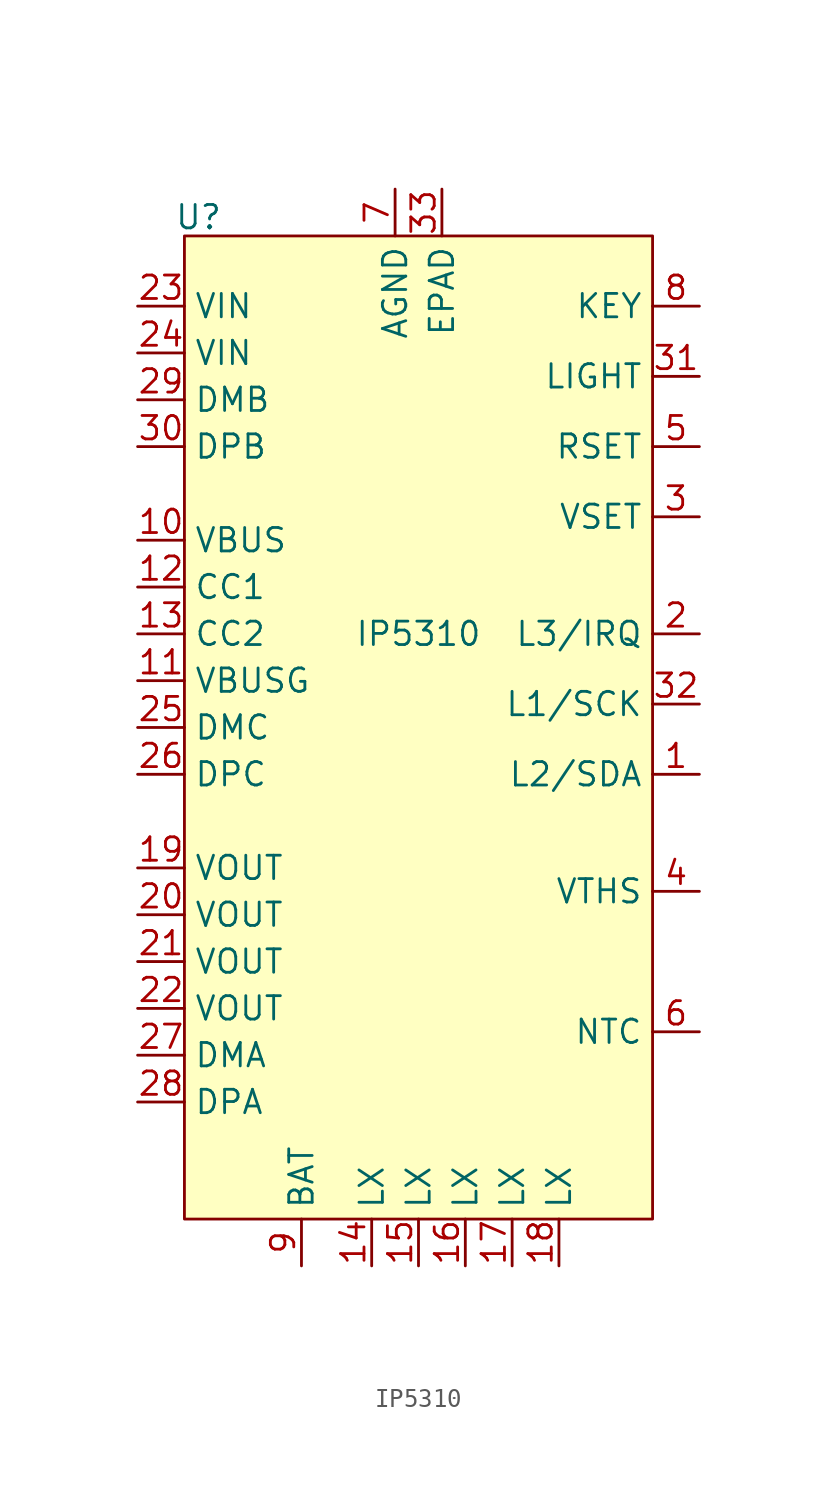
<source format=kicad_sym>
(kicad_symbol_lib
  (version 20231120)
  (generator "kicad_symbol_editor")
  (generator_version "8.0")
  (symbol "IP5310"
    (property "Reference" "U"
      (at -11.938 22.606 0)
      (effects (font (size 1.27 1.27))))
    (property "Value" "IP5310"
      (at 0 0 0)
      (effects (font (size 1.27 1.27))))
    (symbol "IP5310_0_1"
      (rectangle (start -12.7 21.59) (end 12.7 -31.75) (stroke (width 0) (type default)) (fill (type background))))
    (symbol "IP5310_1_1"
      (pin bidirectional line (at 15.24 -7.62 180) (length 2.54) (name "L2/SDA" (effects (font (size 1.27 1.27)))) (number "1" (effects (font (size 1.27 1.27)))))
      (pin power_in line (at -15.24 5.08 0) (length 2.54) (name "VBUS" (effects (font (size 1.27 1.27)))) (number "10" (effects (font (size 1.27 1.27)))))
      (pin output line (at -15.24 -2.54 0) (length 2.54) (name "VBUSG" (effects (font (size 1.27 1.27)))) (number "11" (effects (font (size 1.27 1.27)))))
      (pin bidirectional line (at -15.24 2.54 0) (length 2.54) (name "CC1" (effects (font (size 1.27 1.27)))) (number "12" (effects (font (size 1.27 1.27)))))
      (pin bidirectional line (at -15.24 0 0) (length 2.54) (name "CC2" (effects (font (size 1.27 1.27)))) (number "13" (effects (font (size 1.27 1.27)))))
      (pin passive line (at -2.54 -34.29 90) (length 2.54) (name "LX" (effects (font (size 1.27 1.27)))) (number "14" (effects (font (size 1.27 1.27)))))
      (pin passive line (at 0 -34.29 90) (length 2.54) (name "LX" (effects (font (size 1.27 1.27)))) (number "15" (effects (font (size 1.27 1.27)))))
      (pin passive line (at 2.54 -34.29 90) (length 2.54) (name "LX" (effects (font (size 1.27 1.27)))) (number "16" (effects (font (size 1.27 1.27)))))
      (pin passive line (at 5.08 -34.29 90) (length 2.54) (name "LX" (effects (font (size 1.27 1.27)))) (number "17" (effects (font (size 1.27 1.27)))))
      (pin passive line (at 7.62 -34.29 90) (length 2.54) (name "LX" (effects (font (size 1.27 1.27)))) (number "18" (effects (font (size 1.27 1.27)))))
      (pin power_out line (at -15.24 -12.7 0) (length 2.54) (name "VOUT" (effects (font (size 1.27 1.27)))) (number "19" (effects (font (size 1.27 1.27)))))
      (pin output line (at 15.24 0 180) (length 2.54) (name "L3/IRQ" (effects (font (size 1.27 1.27)))) (number "2" (effects (font (size 1.27 1.27)))))
      (pin power_out line (at -15.24 -15.24 0) (length 2.54) (name "VOUT" (effects (font (size 1.27 1.27)))) (number "20" (effects (font (size 1.27 1.27)))))
      (pin power_out line (at -15.24 -17.78 0) (length 2.54) (name "VOUT" (effects (font (size 1.27 1.27)))) (number "21" (effects (font (size 1.27 1.27)))))
      (pin power_out line (at -15.24 -20.32 0) (length 2.54) (name "VOUT" (effects (font (size 1.27 1.27)))) (number "22" (effects (font (size 1.27 1.27)))))
      (pin power_in line (at -15.24 17.78 0) (length 2.54) (name "VIN" (effects (font (size 1.27 1.27)))) (number "23" (effects (font (size 1.27 1.27)))))
      (pin power_in line (at -15.24 15.24 0) (length 2.54) (name "VIN" (effects (font (size 1.27 1.27)))) (number "24" (effects (font (size 1.27 1.27)))))
      (pin output line (at -15.24 -5.08 0) (length 2.54) (name "DMC" (effects (font (size 1.27 1.27)))) (number "25" (effects (font (size 1.27 1.27)))))
      (pin output line (at -15.24 -7.62 0) (length 2.54) (name "DPC" (effects (font (size 1.27 1.27)))) (number "26" (effects (font (size 1.27 1.27)))))
      (pin output line (at -15.24 -22.86 0) (length 2.54) (name "DMA" (effects (font (size 1.27 1.27)))) (number "27" (effects (font (size 1.27 1.27)))))
      (pin output line (at -15.24 -25.4 0) (length 2.54) (name "DPA" (effects (font (size 1.27 1.27)))) (number "28" (effects (font (size 1.27 1.27)))))
      (pin free line (at -15.24 12.7 0) (length 2.54) (name "DMB" (effects (font (size 1.27 1.27)))) (number "29" (effects (font (size 1.27 1.27)))))
      (pin input line (at 15.24 6.35 180) (length 2.54) (name "VSET" (effects (font (size 1.27 1.27)))) (number "3" (effects (font (size 1.27 1.27)))))
      (pin free line (at -15.24 10.16 0) (length 2.54) (name "DPB" (effects (font (size 1.27 1.27)))) (number "30" (effects (font (size 1.27 1.27)))))
      (pin output line (at 15.24 13.97 180) (length 2.54) (name "LIGHT" (effects (font (size 1.27 1.27)))) (number "31" (effects (font (size 1.27 1.27)))))
      (pin output line (at 15.24 -3.81 180) (length 2.54) (name "L1/SCK" (effects (font (size 1.27 1.27)))) (number "32" (effects (font (size 1.27 1.27)))))
      (pin power_in line (at 1.27 24.13 270) (length 2.54) (name "EPAD" (effects (font (size 1.27 1.27)))) (number "33" (effects (font (size 1.27 1.27)))))
      (pin input line (at 15.24 -13.97 180) (length 2.54) (name "VTHS" (effects (font (size 1.27 1.27)))) (number "4" (effects (font (size 1.27 1.27)))))
      (pin input line (at 15.24 10.16 180) (length 2.54) (name "RSET" (effects (font (size 1.27 1.27)))) (number "5" (effects (font (size 1.27 1.27)))))
      (pin input line (at 15.24 -21.59 180) (length 2.54) (name "NTC" (effects (font (size 1.27 1.27)))) (number "6" (effects (font (size 1.27 1.27)))))
      (pin power_in line (at -1.27 24.13 270) (length 2.54) (name "AGND" (effects (font (size 1.27 1.27)))) (number "7" (effects (font (size 1.27 1.27)))))
      (pin input line (at 15.24 17.78 180) (length 2.54) (name "KEY" (effects (font (size 1.27 1.27)))) (number "8" (effects (font (size 1.27 1.27)))))
      (pin power_in line (at -6.35 -34.29 90) (length 2.54) (name "BAT" (effects (font (size 1.27 1.27)))) (number "9" (effects (font (size 1.27 1.27))))))))
</source>
